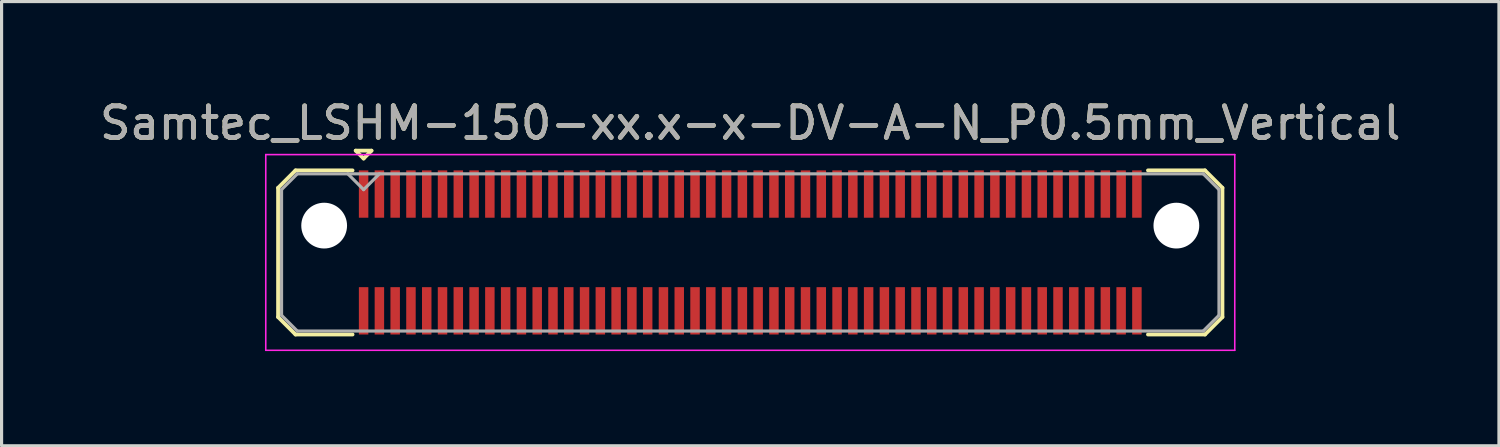
<source format=kicad_pcb>
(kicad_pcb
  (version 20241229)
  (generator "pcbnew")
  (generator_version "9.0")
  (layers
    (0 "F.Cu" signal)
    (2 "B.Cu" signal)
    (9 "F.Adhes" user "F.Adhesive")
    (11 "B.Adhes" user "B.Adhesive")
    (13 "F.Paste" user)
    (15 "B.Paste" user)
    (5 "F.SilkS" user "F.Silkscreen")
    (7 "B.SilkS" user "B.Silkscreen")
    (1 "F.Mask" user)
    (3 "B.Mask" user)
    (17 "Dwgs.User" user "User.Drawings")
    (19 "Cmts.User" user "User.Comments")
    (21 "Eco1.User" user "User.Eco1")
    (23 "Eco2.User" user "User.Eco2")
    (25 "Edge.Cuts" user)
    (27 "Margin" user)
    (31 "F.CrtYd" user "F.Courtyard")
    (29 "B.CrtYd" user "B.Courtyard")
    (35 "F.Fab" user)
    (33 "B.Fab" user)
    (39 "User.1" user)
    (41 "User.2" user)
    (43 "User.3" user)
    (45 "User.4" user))
  (footprint "Samtec_LSHM-150-xx.x-x-DV-A-N_P0.5mm_Vertical"
    (layer "F.Cu")
    (at 20.72 4.948)
    (property "Reference" "Samtec_LSHM-150-xx.x-x-DV-A-N_P0.5mm_Vertical" (at 0 -4.1 0) (layer "F.SilkS") (effects (font (size 1 1) (thickness 0.15))))
    (attr smd)
    (fp_line (start -14.96 -2.047) (end -14.96 2.047) (stroke (width 0.12) (type solid)) (layer "F.SilkS"))
    (fp_line (start -14.96 2.047) (end -14.407 2.6) (stroke (width 0.12) (type solid)) (layer "F.SilkS"))
    (fp_line (start -14.407 -2.6) (end -14.96 -2.047) (stroke (width 0.12) (type solid)) (layer "F.SilkS"))
    (fp_line (start -14.407 2.6) (end -12.6 2.6) (stroke (width 0.12) (type solid)) (layer "F.SilkS"))
    (fp_line (start -12.6 -2.6) (end -14.407 -2.6) (stroke (width 0.12) (type solid)) (layer "F.SilkS"))
    (fp_line (start -12.5 -3.225) (end -12 -3.225) (stroke (width 0.12) (type solid)) (layer "F.SilkS"))
    (fp_line (start -12.25 -2.975) (end -12.5 -3.225) (stroke (width 0.12) (type solid)) (layer "F.SilkS"))
    (fp_line (start -12 -3.225) (end -12.25 -2.975) (stroke (width 0.12) (type solid)) (layer "F.SilkS"))
    (fp_line (start 12.6 -2.6) (end 14.407 -2.6) (stroke (width 0.12) (type solid)) (layer "F.SilkS"))
    (fp_line (start 14.407 -2.6) (end 14.96 -2.047) (stroke (width 0.12) (type solid)) (layer "F.SilkS"))
    (fp_line (start 14.407 2.6) (end 12.6 2.6) (stroke (width 0.12) (type solid)) (layer "F.SilkS"))
    (fp_line (start 14.96 -2.047) (end 14.96 2.047) (stroke (width 0.12) (type solid)) (layer "F.SilkS"))
    (fp_line (start 14.96 2.047) (end 14.407 2.6) (stroke (width 0.12) (type solid)) (layer "F.SilkS"))
    (fp_line (start -15.35 -3.1) (end -15.35 3.1) (stroke (width 0.05) (type solid)) (layer "F.CrtYd"))
    (fp_line (start -15.35 3.1) (end 15.35 3.1) (stroke (width 0.05) (type solid)) (layer "F.CrtYd"))
    (fp_line (start 15.35 -3.1) (end -15.35 -3.1) (stroke (width 0.05) (type solid)) (layer "F.CrtYd"))
    (fp_line (start 15.35 3.1) (end 15.35 -3.1) (stroke (width 0.05) (type solid)) (layer "F.CrtYd"))
    (fp_line (start -14.85 -1.992) (end -14.85 1.992) (stroke (width 0.1) (type solid)) (layer "F.Fab"))
    (fp_line (start -14.85 1.992) (end -14.352 2.49) (stroke (width 0.1) (type solid)) (layer "F.Fab"))
    (fp_line (start -14.352 -2.49) (end -14.85 -1.992) (stroke (width 0.1) (type solid)) (layer "F.Fab"))
    (fp_line (start -14.352 2.49) (end 14.352 2.49) (stroke (width 0.1) (type solid)) (layer "F.Fab"))
    (fp_line (start -12.25 -1.99) (end -12.75 -2.49) (stroke (width 0.1) (type solid)) (layer "F.Fab"))
    (fp_line (start -11.75 -2.49) (end -12.25 -1.99) (stroke (width 0.1) (type solid)) (layer "F.Fab"))
    (fp_line (start 14.352 -2.49) (end -14.352 -2.49) (stroke (width 0.1) (type solid)) (layer "F.Fab"))
    (fp_line (start 14.352 2.49) (end 14.85 1.992) (stroke (width 0.1) (type solid)) (layer "F.Fab"))
    (fp_line (start 14.85 -1.992) (end 14.352 -2.49) (stroke (width 0.1) (type solid)) (layer "F.Fab"))
    (fp_line (start 14.85 1.992) (end 14.85 -1.992) (stroke (width 0.1) (type solid)) (layer "F.Fab"))
    (fp_text user "${REFERENCE}" (at 0 -4.1 0) (layer "F.Fab") (effects (font (size 1 1) (thickness 0.15))))
    (pad "" np_thru_hole circle (at -13.5 -0.85) (size 1.45 1.45) (drill 1.45) (layers "*.Cu" "*.Mask"))
    (pad "" np_thru_hole circle (at 13.5 -0.85) (size 1.45 1.45) (drill 1.45) (layers "*.Cu" "*.Mask"))
    (pad "1" smd rect (at -12.25 -1.85) (size 0.3 1.5) (layers "F.Cu" "F.Mask" "F.Paste"))
    (pad "2" smd rect (at -12.25 1.85) (size 0.3 1.5) (layers "F.Cu" "F.Mask" "F.Paste"))
    (pad "3" smd rect (at -11.75 -1.85) (size 0.3 1.5) (layers "F.Cu" "F.Mask" "F.Paste"))
    (pad "4" smd rect (at -11.75 1.85) (size 0.3 1.5) (layers "F.Cu" "F.Mask" "F.Paste"))
    (pad "5" smd rect (at -11.25 -1.85) (size 0.3 1.5) (layers "F.Cu" "F.Mask" "F.Paste"))
    (pad "6" smd rect (at -11.25 1.85) (size 0.3 1.5) (layers "F.Cu" "F.Mask" "F.Paste"))
    (pad "7" smd rect (at -10.75 -1.85) (size 0.3 1.5) (layers "F.Cu" "F.Mask" "F.Paste"))
    (pad "8" smd rect (at -10.75 1.85) (size 0.3 1.5) (layers "F.Cu" "F.Mask" "F.Paste"))
    (pad "9" smd rect (at -10.25 -1.85) (size 0.3 1.5) (layers "F.Cu" "F.Mask" "F.Paste"))
    (pad "10" smd rect (at -10.25 1.85) (size 0.3 1.5) (layers "F.Cu" "F.Mask" "F.Paste"))
    (pad "11" smd rect (at -9.75 -1.85) (size 0.3 1.5) (layers "F.Cu" "F.Mask" "F.Paste"))
    (pad "12" smd rect (at -9.75 1.85) (size 0.3 1.5) (layers "F.Cu" "F.Mask" "F.Paste"))
    (pad "13" smd rect (at -9.25 -1.85) (size 0.3 1.5) (layers "F.Cu" "F.Mask" "F.Paste"))
    (pad "14" smd rect (at -9.25 1.85) (size 0.3 1.5) (layers "F.Cu" "F.Mask" "F.Paste"))
    (pad "15" smd rect (at -8.75 -1.85) (size 0.3 1.5) (layers "F.Cu" "F.Mask" "F.Paste"))
    (pad "16" smd rect (at -8.75 1.85) (size 0.3 1.5) (layers "F.Cu" "F.Mask" "F.Paste"))
    (pad "17" smd rect (at -8.25 -1.85) (size 0.3 1.5) (layers "F.Cu" "F.Mask" "F.Paste"))
    (pad "18" smd rect (at -8.25 1.85) (size 0.3 1.5) (layers "F.Cu" "F.Mask" "F.Paste"))
    (pad "19" smd rect (at -7.75 -1.85) (size 0.3 1.5) (layers "F.Cu" "F.Mask" "F.Paste"))
    (pad "20" smd rect (at -7.75 1.85) (size 0.3 1.5) (layers "F.Cu" "F.Mask" "F.Paste"))
    (pad "21" smd rect (at -7.25 -1.85) (size 0.3 1.5) (layers "F.Cu" "F.Mask" "F.Paste"))
    (pad "22" smd rect (at -7.25 1.85) (size 0.3 1.5) (layers "F.Cu" "F.Mask" "F.Paste"))
    (pad "23" smd rect (at -6.75 -1.85) (size 0.3 1.5) (layers "F.Cu" "F.Mask" "F.Paste"))
    (pad "24" smd rect (at -6.75 1.85) (size 0.3 1.5) (layers "F.Cu" "F.Mask" "F.Paste"))
    (pad "25" smd rect (at -6.25 -1.85) (size 0.3 1.5) (layers "F.Cu" "F.Mask" "F.Paste"))
    (pad "26" smd rect (at -6.25 1.85) (size 0.3 1.5) (layers "F.Cu" "F.Mask" "F.Paste"))
    (pad "27" smd rect (at -5.75 -1.85) (size 0.3 1.5) (layers "F.Cu" "F.Mask" "F.Paste"))
    (pad "28" smd rect (at -5.75 1.85) (size 0.3 1.5) (layers "F.Cu" "F.Mask" "F.Paste"))
    (pad "29" smd rect (at -5.25 -1.85) (size 0.3 1.5) (layers "F.Cu" "F.Mask" "F.Paste"))
    (pad "30" smd rect (at -5.25 1.85) (size 0.3 1.5) (layers "F.Cu" "F.Mask" "F.Paste"))
    (pad "31" smd rect (at -4.75 -1.85) (size 0.3 1.5) (layers "F.Cu" "F.Mask" "F.Paste"))
    (pad "32" smd rect (at -4.75 1.85) (size 0.3 1.5) (layers "F.Cu" "F.Mask" "F.Paste"))
    (pad "33" smd rect (at -4.25 -1.85) (size 0.3 1.5) (layers "F.Cu" "F.Mask" "F.Paste"))
    (pad "34" smd rect (at -4.25 1.85) (size 0.3 1.5) (layers "F.Cu" "F.Mask" "F.Paste"))
    (pad "35" smd rect (at -3.75 -1.85) (size 0.3 1.5) (layers "F.Cu" "F.Mask" "F.Paste"))
    (pad "36" smd rect (at -3.75 1.85) (size 0.3 1.5) (layers "F.Cu" "F.Mask" "F.Paste"))
    (pad "37" smd rect (at -3.25 -1.85) (size 0.3 1.5) (layers "F.Cu" "F.Mask" "F.Paste"))
    (pad "38" smd rect (at -3.25 1.85) (size 0.3 1.5) (layers "F.Cu" "F.Mask" "F.Paste"))
    (pad "39" smd rect (at -2.75 -1.85) (size 0.3 1.5) (layers "F.Cu" "F.Mask" "F.Paste"))
    (pad "40" smd rect (at -2.75 1.85) (size 0.3 1.5) (layers "F.Cu" "F.Mask" "F.Paste"))
    (pad "41" smd rect (at -2.25 -1.85) (size 0.3 1.5) (layers "F.Cu" "F.Mask" "F.Paste"))
    (pad "42" smd rect (at -2.25 1.85) (size 0.3 1.5) (layers "F.Cu" "F.Mask" "F.Paste"))
    (pad "43" smd rect (at -1.75 -1.85) (size 0.3 1.5) (layers "F.Cu" "F.Mask" "F.Paste"))
    (pad "44" smd rect (at -1.75 1.85) (size 0.3 1.5) (layers "F.Cu" "F.Mask" "F.Paste"))
    (pad "45" smd rect (at -1.25 -1.85) (size 0.3 1.5) (layers "F.Cu" "F.Mask" "F.Paste"))
    (pad "46" smd rect (at -1.25 1.85) (size 0.3 1.5) (layers "F.Cu" "F.Mask" "F.Paste"))
    (pad "47" smd rect (at -0.75 -1.85) (size 0.3 1.5) (layers "F.Cu" "F.Mask" "F.Paste"))
    (pad "48" smd rect (at -0.75 1.85) (size 0.3 1.5) (layers "F.Cu" "F.Mask" "F.Paste"))
    (pad "49" smd rect (at -0.25 -1.85) (size 0.3 1.5) (layers "F.Cu" "F.Mask" "F.Paste"))
    (pad "50" smd rect (at -0.25 1.85) (size 0.3 1.5) (layers "F.Cu" "F.Mask" "F.Paste"))
    (pad "51" smd rect (at 0.25 -1.85) (size 0.3 1.5) (layers "F.Cu" "F.Mask" "F.Paste"))
    (pad "52" smd rect (at 0.25 1.85) (size 0.3 1.5) (layers "F.Cu" "F.Mask" "F.Paste"))
    (pad "53" smd rect (at 0.75 -1.85) (size 0.3 1.5) (layers "F.Cu" "F.Mask" "F.Paste"))
    (pad "54" smd rect (at 0.75 1.85) (size 0.3 1.5) (layers "F.Cu" "F.Mask" "F.Paste"))
    (pad "55" smd rect (at 1.25 -1.85) (size 0.3 1.5) (layers "F.Cu" "F.Mask" "F.Paste"))
    (pad "56" smd rect (at 1.25 1.85) (size 0.3 1.5) (layers "F.Cu" "F.Mask" "F.Paste"))
    (pad "57" smd rect (at 1.75 -1.85) (size 0.3 1.5) (layers "F.Cu" "F.Mask" "F.Paste"))
    (pad "58" smd rect (at 1.75 1.85) (size 0.3 1.5) (layers "F.Cu" "F.Mask" "F.Paste"))
    (pad "59" smd rect (at 2.25 -1.85) (size 0.3 1.5) (layers "F.Cu" "F.Mask" "F.Paste"))
    (pad "60" smd rect (at 2.25 1.85) (size 0.3 1.5) (layers "F.Cu" "F.Mask" "F.Paste"))
    (pad "61" smd rect (at 2.75 -1.85) (size 0.3 1.5) (layers "F.Cu" "F.Mask" "F.Paste"))
    (pad "62" smd rect (at 2.75 1.85) (size 0.3 1.5) (layers "F.Cu" "F.Mask" "F.Paste"))
    (pad "63" smd rect (at 3.25 -1.85) (size 0.3 1.5) (layers "F.Cu" "F.Mask" "F.Paste"))
    (pad "64" smd rect (at 3.25 1.85) (size 0.3 1.5) (layers "F.Cu" "F.Mask" "F.Paste"))
    (pad "65" smd rect (at 3.75 -1.85) (size 0.3 1.5) (layers "F.Cu" "F.Mask" "F.Paste"))
    (pad "66" smd rect (at 3.75 1.85) (size 0.3 1.5) (layers "F.Cu" "F.Mask" "F.Paste"))
    (pad "67" smd rect (at 4.25 -1.85) (size 0.3 1.5) (layers "F.Cu" "F.Mask" "F.Paste"))
    (pad "68" smd rect (at 4.25 1.85) (size 0.3 1.5) (layers "F.Cu" "F.Mask" "F.Paste"))
    (pad "69" smd rect (at 4.75 -1.85) (size 0.3 1.5) (layers "F.Cu" "F.Mask" "F.Paste"))
    (pad "70" smd rect (at 4.75 1.85) (size 0.3 1.5) (layers "F.Cu" "F.Mask" "F.Paste"))
    (pad "71" smd rect (at 5.25 -1.85) (size 0.3 1.5) (layers "F.Cu" "F.Mask" "F.Paste"))
    (pad "72" smd rect (at 5.25 1.85) (size 0.3 1.5) (layers "F.Cu" "F.Mask" "F.Paste"))
    (pad "73" smd rect (at 5.75 -1.85) (size 0.3 1.5) (layers "F.Cu" "F.Mask" "F.Paste"))
    (pad "74" smd rect (at 5.75 1.85) (size 0.3 1.5) (layers "F.Cu" "F.Mask" "F.Paste"))
    (pad "75" smd rect (at 6.25 -1.85) (size 0.3 1.5) (layers "F.Cu" "F.Mask" "F.Paste"))
    (pad "76" smd rect (at 6.25 1.85) (size 0.3 1.5) (layers "F.Cu" "F.Mask" "F.Paste"))
    (pad "77" smd rect (at 6.75 -1.85) (size 0.3 1.5) (layers "F.Cu" "F.Mask" "F.Paste"))
    (pad "78" smd rect (at 6.75 1.85) (size 0.3 1.5) (layers "F.Cu" "F.Mask" "F.Paste"))
    (pad "79" smd rect (at 7.25 -1.85) (size 0.3 1.5) (layers "F.Cu" "F.Mask" "F.Paste"))
    (pad "80" smd rect (at 7.25 1.85) (size 0.3 1.5) (layers "F.Cu" "F.Mask" "F.Paste"))
    (pad "81" smd rect (at 7.75 -1.85) (size 0.3 1.5) (layers "F.Cu" "F.Mask" "F.Paste"))
    (pad "82" smd rect (at 7.75 1.85) (size 0.3 1.5) (layers "F.Cu" "F.Mask" "F.Paste"))
    (pad "83" smd rect (at 8.25 -1.85) (size 0.3 1.5) (layers "F.Cu" "F.Mask" "F.Paste"))
    (pad "84" smd rect (at 8.25 1.85) (size 0.3 1.5) (layers "F.Cu" "F.Mask" "F.Paste"))
    (pad "85" smd rect (at 8.75 -1.85) (size 0.3 1.5) (layers "F.Cu" "F.Mask" "F.Paste"))
    (pad "86" smd rect (at 8.75 1.85) (size 0.3 1.5) (layers "F.Cu" "F.Mask" "F.Paste"))
    (pad "87" smd rect (at 9.25 -1.85) (size 0.3 1.5) (layers "F.Cu" "F.Mask" "F.Paste"))
    (pad "88" smd rect (at 9.25 1.85) (size 0.3 1.5) (layers "F.Cu" "F.Mask" "F.Paste"))
    (pad "89" smd rect (at 9.75 -1.85) (size 0.3 1.5) (layers "F.Cu" "F.Mask" "F.Paste"))
    (pad "90" smd rect (at 9.75 1.85) (size 0.3 1.5) (layers "F.Cu" "F.Mask" "F.Paste"))
    (pad "91" smd rect (at 10.25 -1.85) (size 0.3 1.5) (layers "F.Cu" "F.Mask" "F.Paste"))
    (pad "92" smd rect (at 10.25 1.85) (size 0.3 1.5) (layers "F.Cu" "F.Mask" "F.Paste"))
    (pad "93" smd rect (at 10.75 -1.85) (size 0.3 1.5) (layers "F.Cu" "F.Mask" "F.Paste"))
    (pad "94" smd rect (at 10.75 1.85) (size 0.3 1.5) (layers "F.Cu" "F.Mask" "F.Paste"))
    (pad "95" smd rect (at 11.25 -1.85) (size 0.3 1.5) (layers "F.Cu" "F.Mask" "F.Paste"))
    (pad "96" smd rect (at 11.25 1.85) (size 0.3 1.5) (layers "F.Cu" "F.Mask" "F.Paste"))
    (pad "97" smd rect (at 11.75 -1.85) (size 0.3 1.5) (layers "F.Cu" "F.Mask" "F.Paste"))
    (pad "98" smd rect (at 11.75 1.85) (size 0.3 1.5) (layers "F.Cu" "F.Mask" "F.Paste"))
    (pad "99" smd rect (at 12.25 -1.85) (size 0.3 1.5) (layers "F.Cu" "F.Mask" "F.Paste"))
    (pad "100" smd rect (at 12.25 1.85) (size 0.3 1.5) (layers "F.Cu" "F.Mask" "F.Paste")))
  (gr_rect
    (start -3 -3)
    (end 44.44 11.073)
    (stroke (width 0.1) (type default))
    (fill no)
    (layer "Edge.Cuts")))
</source>
